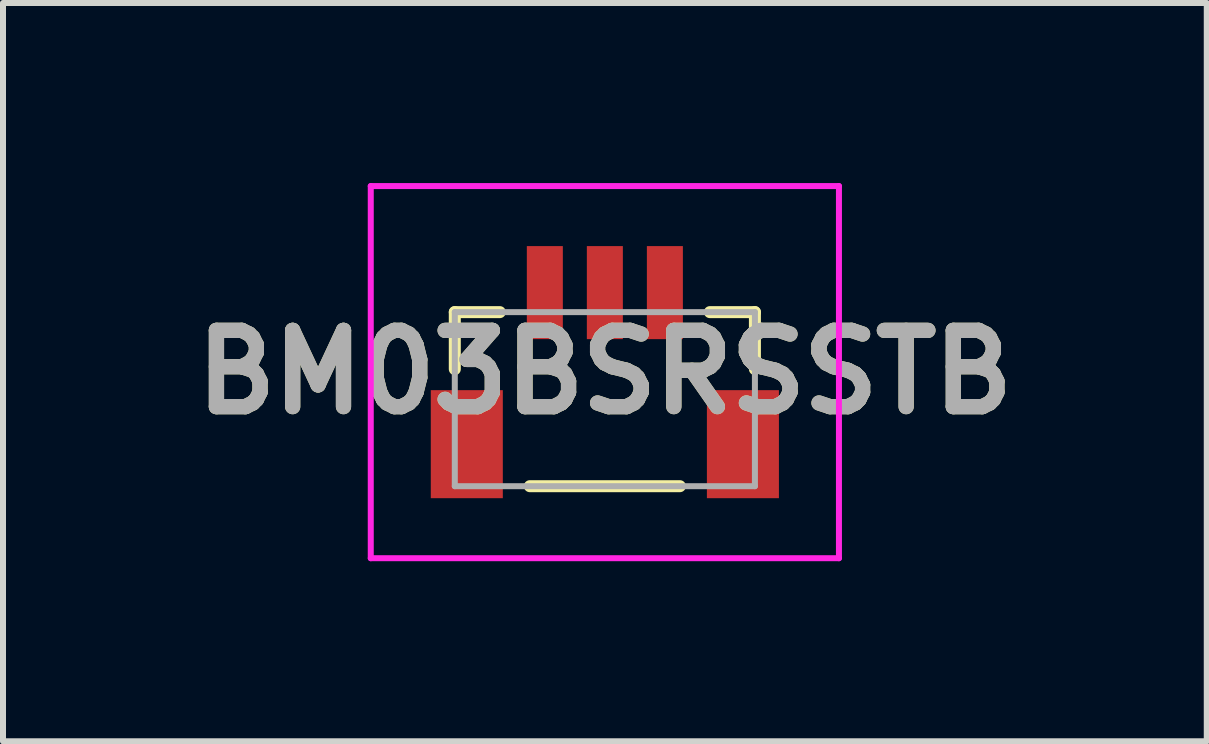
<source format=kicad_pcb>
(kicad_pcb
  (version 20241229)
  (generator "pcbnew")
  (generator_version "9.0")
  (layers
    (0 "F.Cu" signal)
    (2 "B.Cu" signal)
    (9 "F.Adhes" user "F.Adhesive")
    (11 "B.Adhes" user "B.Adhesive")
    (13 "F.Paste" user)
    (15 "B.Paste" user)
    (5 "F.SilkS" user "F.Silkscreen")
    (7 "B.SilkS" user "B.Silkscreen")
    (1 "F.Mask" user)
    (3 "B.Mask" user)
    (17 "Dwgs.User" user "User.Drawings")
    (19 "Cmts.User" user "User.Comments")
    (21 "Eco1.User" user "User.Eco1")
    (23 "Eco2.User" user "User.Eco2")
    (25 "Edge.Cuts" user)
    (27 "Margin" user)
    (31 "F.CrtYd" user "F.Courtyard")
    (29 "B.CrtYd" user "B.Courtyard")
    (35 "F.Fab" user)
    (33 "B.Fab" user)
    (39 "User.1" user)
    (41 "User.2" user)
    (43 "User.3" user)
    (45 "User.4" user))
  (footprint "BM03BSRSSTB"
    (layer "F.Cu")
    (at 7.027 3.6)
    (property "Reference" "BM03BSRSSTB" (at 0 -0.45 0) (layer "F.SilkS") (effects (font (size 1.27 1.27) (thickness 0.254))))
    (attr smd)
    (fp_line (start -2.5 -1.45) (end -2.5 -0.5) (stroke (width 0.2) (type solid)) (layer "F.SilkS"))
    (fp_line (start -1.75 -1.45) (end -2.5 -1.45) (stroke (width 0.2) (type solid)) (layer "F.SilkS"))
    (fp_line (start 1.25 1.45) (end -1.25 1.45) (stroke (width 0.2) (type solid)) (layer "F.SilkS"))
    (fp_line (start 2.5 -1.45) (end 1.75 -1.45) (stroke (width 0.2) (type solid)) (layer "F.SilkS"))
    (fp_line (start 2.5 -0.5) (end 2.5 -1.45) (stroke (width 0.2) (type solid)) (layer "F.SilkS"))
    (fp_line (start -3.9 -3.55) (end -3.9 2.65) (stroke (width 0.1) (type solid)) (layer "F.CrtYd"))
    (fp_line (start -3.9 2.65) (end 3.9 2.65) (stroke (width 0.1) (type solid)) (layer "F.CrtYd"))
    (fp_line (start 3.9 -3.55) (end -3.9 -3.55) (stroke (width 0.1) (type solid)) (layer "F.CrtYd"))
    (fp_line (start 3.9 2.65) (end 3.9 -3.55) (stroke (width 0.1) (type solid)) (layer "F.CrtYd"))
    (fp_line (start -2.5 -1.45) (end 2.5 -1.45) (stroke (width 0.1) (type solid)) (layer "F.Fab"))
    (fp_line (start -2.5 1.45) (end -2.5 -1.45) (stroke (width 0.1) (type solid)) (layer "F.Fab"))
    (fp_line (start 2.5 -1.45) (end 2.5 1.45) (stroke (width 0.1) (type solid)) (layer "F.Fab"))
    (fp_line (start 2.5 1.45) (end -2.5 1.45) (stroke (width 0.1) (type solid)) (layer "F.Fab"))
    (fp_text user "${REFERENCE}" (at 0 -0.45 0) (layer "F.Fab") (effects (font (size 1.27 1.27) (thickness 0.254))))
    (pad "1" smd rect (at 1 -1.775) (size 0.6 1.55) (layers "F.Cu" "F.Mask" "F.Paste"))
    (pad "2" smd rect (at 0 -1.775) (size 0.6 1.55) (layers "F.Cu" "F.Mask" "F.Paste"))
    (pad "3" smd rect (at -1 -1.775) (size 0.6 1.55) (layers "F.Cu" "F.Mask" "F.Paste"))
    (pad "MP1" smd rect (at 2.3 0.75) (size 1.2 1.8) (layers "F.Cu" "F.Mask" "F.Paste"))
    (pad "MP2" smd rect (at -2.3 0.75) (size 1.2 1.8) (layers "F.Cu" "F.Mask" "F.Paste")))
  (gr_rect
    (start -3 -3)
    (end 17.055 9.3)
    (stroke (width 0.1) (type default))
    (fill no)
    (layer "Edge.Cuts")))
</source>
